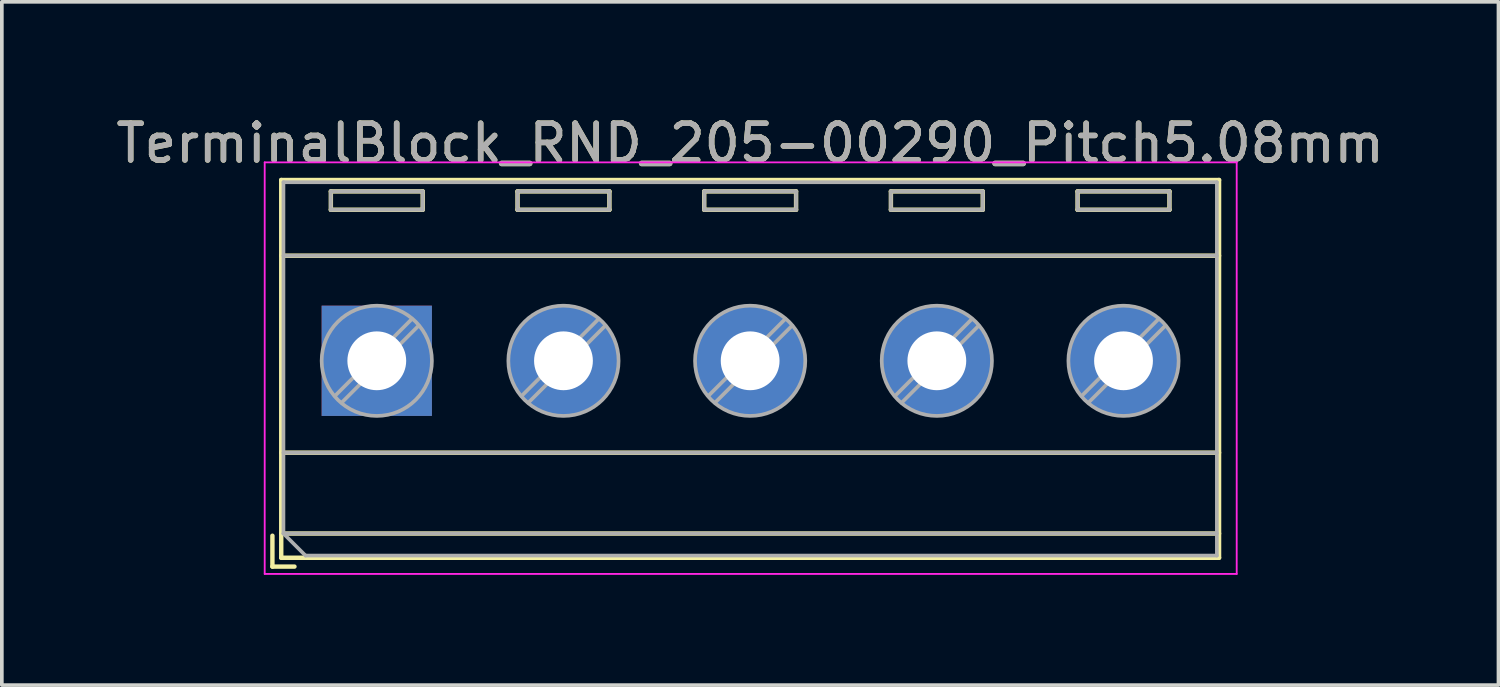
<source format=kicad_pcb>
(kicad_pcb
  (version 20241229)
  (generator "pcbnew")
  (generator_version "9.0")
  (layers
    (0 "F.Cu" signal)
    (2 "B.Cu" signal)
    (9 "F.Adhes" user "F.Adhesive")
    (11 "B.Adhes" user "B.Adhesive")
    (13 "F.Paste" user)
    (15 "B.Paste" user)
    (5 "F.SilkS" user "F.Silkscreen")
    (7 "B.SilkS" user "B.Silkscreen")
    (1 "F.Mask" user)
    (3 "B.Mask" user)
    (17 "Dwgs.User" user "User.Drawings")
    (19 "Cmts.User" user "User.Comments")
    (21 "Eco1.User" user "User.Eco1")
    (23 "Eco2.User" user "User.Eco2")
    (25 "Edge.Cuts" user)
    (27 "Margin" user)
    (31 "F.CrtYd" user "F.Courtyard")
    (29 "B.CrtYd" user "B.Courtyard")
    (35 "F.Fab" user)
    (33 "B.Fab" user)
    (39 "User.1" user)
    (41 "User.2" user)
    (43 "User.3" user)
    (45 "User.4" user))
  (footprint "TerminalBlock_RND_205-00290_Pitch5.08mm"
    (layer "F.Cu")
    (at 7.203 6.768)
    (property "Reference" "TerminalBlock_RND_205-00290_Pitch5.08mm" (at 10.16 -5.92 0) (layer "F.SilkS") (effects (font (size 1 1) (thickness 0.15))))
    (attr through_hole)
    (fp_line (start -2.84 4.76) (end -2.84 5.6) (stroke (width 0.12) (type solid)) (layer "F.SilkS"))
    (fp_line (start -2.84 5.6) (end -2.24 5.6) (stroke (width 0.12) (type solid)) (layer "F.SilkS"))
    (fp_line (start -2.6 -4.92) (end -2.6 5.36) (stroke (width 0.12) (type solid)) (layer "F.SilkS"))
    (fp_line (start -2.6 -2.86) (end 22.92 -2.86) (stroke (width 0.12) (type solid)) (layer "F.SilkS"))
    (fp_line (start -2.6 2.5) (end 22.92 2.5) (stroke (width 0.12) (type solid)) (layer "F.SilkS"))
    (fp_line (start -2.6 4.7) (end 22.92 4.7) (stroke (width 0.12) (type solid)) (layer "F.SilkS"))
    (fp_line (start -2.6 5.36) (end 22.92 5.36) (stroke (width 0.12) (type solid)) (layer "F.SilkS"))
    (fp_line (start -1.25 -4.61) (end -1.25 -4.11) (stroke (width 0.12) (type solid)) (layer "F.SilkS"))
    (fp_line (start -1.25 -4.61) (end 1.25 -4.61) (stroke (width 0.12) (type solid)) (layer "F.SilkS"))
    (fp_line (start -1.25 -4.11) (end 1.25 -4.11) (stroke (width 0.12) (type solid)) (layer "F.SilkS"))
    (fp_line (start 1.25 -4.61) (end 1.25 -4.11) (stroke (width 0.12) (type solid)) (layer "F.SilkS"))
    (fp_line (start 3.83 -4.61) (end 3.83 -4.11) (stroke (width 0.12) (type solid)) (layer "F.SilkS"))
    (fp_line (start 3.83 -4.61) (end 6.33 -4.61) (stroke (width 0.12) (type solid)) (layer "F.SilkS"))
    (fp_line (start 3.83 -4.11) (end 6.33 -4.11) (stroke (width 0.12) (type solid)) (layer "F.SilkS"))
    (fp_line (start 6.33 -4.61) (end 6.33 -4.11) (stroke (width 0.12) (type solid)) (layer "F.SilkS"))
    (fp_line (start 8.91 -4.61) (end 8.91 -4.11) (stroke (width 0.12) (type solid)) (layer "F.SilkS"))
    (fp_line (start 8.91 -4.61) (end 11.41 -4.61) (stroke (width 0.12) (type solid)) (layer "F.SilkS"))
    (fp_line (start 8.91 -4.11) (end 11.41 -4.11) (stroke (width 0.12) (type solid)) (layer "F.SilkS"))
    (fp_line (start 11.41 -4.61) (end 11.41 -4.11) (stroke (width 0.12) (type solid)) (layer "F.SilkS"))
    (fp_line (start 13.99 -4.61) (end 13.99 -4.11) (stroke (width 0.12) (type solid)) (layer "F.SilkS"))
    (fp_line (start 13.99 -4.61) (end 16.49 -4.61) (stroke (width 0.12) (type solid)) (layer "F.SilkS"))
    (fp_line (start 13.99 -4.11) (end 16.49 -4.11) (stroke (width 0.12) (type solid)) (layer "F.SilkS"))
    (fp_line (start 16.49 -4.61) (end 16.49 -4.11) (stroke (width 0.12) (type solid)) (layer "F.SilkS"))
    (fp_line (start 19.07 -4.61) (end 19.07 -4.11) (stroke (width 0.12) (type solid)) (layer "F.SilkS"))
    (fp_line (start 19.07 -4.61) (end 21.57 -4.61) (stroke (width 0.12) (type solid)) (layer "F.SilkS"))
    (fp_line (start 19.07 -4.11) (end 21.57 -4.11) (stroke (width 0.12) (type solid)) (layer "F.SilkS"))
    (fp_line (start 21.57 -4.61) (end 21.57 -4.11) (stroke (width 0.12) (type solid)) (layer "F.SilkS"))
    (fp_line (start 22.92 -4.92) (end -2.6 -4.92) (stroke (width 0.12) (type solid)) (layer "F.SilkS"))
    (fp_line (start 22.92 5.36) (end 22.92 -4.92) (stroke (width 0.12) (type solid)) (layer "F.SilkS"))
    (fp_line (start -3.05 -5.4) (end -3.05 5.8) (stroke (width 0.05) (type solid)) (layer "F.CrtYd"))
    (fp_line (start -3.05 5.8) (end 23.4 5.8) (stroke (width 0.05) (type solid)) (layer "F.CrtYd"))
    (fp_line (start 23.4 -5.4) (end -3.05 -5.4) (stroke (width 0.05) (type solid)) (layer "F.CrtYd"))
    (fp_line (start 23.4 5.8) (end 23.4 -5.4) (stroke (width 0.05) (type solid)) (layer "F.CrtYd"))
    (fp_line (start -2.54 -4.86) (end 22.86 -4.86) (stroke (width 0.1) (type solid)) (layer "F.Fab"))
    (fp_line (start -2.54 -2.86) (end 22.86 -2.86) (stroke (width 0.1) (type solid)) (layer "F.Fab"))
    (fp_line (start -2.54 2.5) (end 22.86 2.5) (stroke (width 0.1) (type solid)) (layer "F.Fab"))
    (fp_line (start -2.54 4.7) (end -2.54 -4.86) (stroke (width 0.1) (type solid)) (layer "F.Fab"))
    (fp_line (start -2.54 4.7) (end 22.86 4.7) (stroke (width 0.1) (type solid)) (layer "F.Fab"))
    (fp_line (start -1.94 5.3) (end -2.54 4.7) (stroke (width 0.1) (type solid)) (layer "F.Fab"))
    (fp_line (start -1.25 -4.61) (end -1.25 -4.11) (stroke (width 0.1) (type solid)) (layer "F.Fab"))
    (fp_line (start -1.25 -4.11) (end 1.25 -4.11) (stroke (width 0.1) (type solid)) (layer "F.Fab"))
    (fp_line (start 0.955 -1.138) (end -1.138 0.955) (stroke (width 0.1) (type solid)) (layer "F.Fab"))
    (fp_line (start 1.138 -0.955) (end -0.955 1.138) (stroke (width 0.1) (type solid)) (layer "F.Fab"))
    (fp_line (start 1.25 -4.61) (end -1.25 -4.61) (stroke (width 0.1) (type solid)) (layer "F.Fab"))
    (fp_line (start 1.25 -4.11) (end 1.25 -4.61) (stroke (width 0.1) (type solid)) (layer "F.Fab"))
    (fp_line (start 3.83 -4.61) (end 3.83 -4.11) (stroke (width 0.1) (type solid)) (layer "F.Fab"))
    (fp_line (start 3.83 -4.11) (end 6.33 -4.11) (stroke (width 0.1) (type solid)) (layer "F.Fab"))
    (fp_line (start 6.035 -1.138) (end 3.943 0.955) (stroke (width 0.1) (type solid)) (layer "F.Fab"))
    (fp_line (start 6.218 -0.955) (end 4.126 1.138) (stroke (width 0.1) (type solid)) (layer "F.Fab"))
    (fp_line (start 6.33 -4.61) (end 3.83 -4.61) (stroke (width 0.1) (type solid)) (layer "F.Fab"))
    (fp_line (start 6.33 -4.11) (end 6.33 -4.61) (stroke (width 0.1) (type solid)) (layer "F.Fab"))
    (fp_line (start 8.91 -4.61) (end 8.91 -4.11) (stroke (width 0.1) (type solid)) (layer "F.Fab"))
    (fp_line (start 8.91 -4.11) (end 11.41 -4.11) (stroke (width 0.1) (type solid)) (layer "F.Fab"))
    (fp_line (start 11.115 -1.138) (end 9.023 0.955) (stroke (width 0.1) (type solid)) (layer "F.Fab"))
    (fp_line (start 11.298 -0.955) (end 9.206 1.138) (stroke (width 0.1) (type solid)) (layer "F.Fab"))
    (fp_line (start 11.41 -4.61) (end 8.91 -4.61) (stroke (width 0.1) (type solid)) (layer "F.Fab"))
    (fp_line (start 11.41 -4.11) (end 11.41 -4.61) (stroke (width 0.1) (type solid)) (layer "F.Fab"))
    (fp_line (start 13.99 -4.61) (end 13.99 -4.11) (stroke (width 0.1) (type solid)) (layer "F.Fab"))
    (fp_line (start 13.99 -4.11) (end 16.49 -4.11) (stroke (width 0.1) (type solid)) (layer "F.Fab"))
    (fp_line (start 16.195 -1.138) (end 14.103 0.955) (stroke (width 0.1) (type solid)) (layer "F.Fab"))
    (fp_line (start 16.378 -0.955) (end 14.286 1.138) (stroke (width 0.1) (type solid)) (layer "F.Fab"))
    (fp_line (start 16.49 -4.61) (end 13.99 -4.61) (stroke (width 0.1) (type solid)) (layer "F.Fab"))
    (fp_line (start 16.49 -4.11) (end 16.49 -4.61) (stroke (width 0.1) (type solid)) (layer "F.Fab"))
    (fp_line (start 19.07 -4.61) (end 19.07 -4.11) (stroke (width 0.1) (type solid)) (layer "F.Fab"))
    (fp_line (start 19.07 -4.11) (end 21.57 -4.11) (stroke (width 0.1) (type solid)) (layer "F.Fab"))
    (fp_line (start 21.275 -1.138) (end 19.183 0.955) (stroke (width 0.1) (type solid)) (layer "F.Fab"))
    (fp_line (start 21.458 -0.955) (end 19.366 1.138) (stroke (width 0.1) (type solid)) (layer "F.Fab"))
    (fp_line (start 21.57 -4.61) (end 19.07 -4.61) (stroke (width 0.1) (type solid)) (layer "F.Fab"))
    (fp_line (start 21.57 -4.11) (end 21.57 -4.61) (stroke (width 0.1) (type solid)) (layer "F.Fab"))
    (fp_line (start 22.86 -4.86) (end 22.86 5.3) (stroke (width 0.1) (type solid)) (layer "F.Fab"))
    (fp_line (start 22.86 5.3) (end -1.94 5.3) (stroke (width 0.1) (type solid)) (layer "F.Fab"))
    (fp_circle (center 0 0) (end 1.5 0) (stroke (width 0.1) (type solid)) (fill no) (layer "F.Fab"))
    (fp_circle (center 5.08 0) (end 6.58 0) (stroke (width 0.1) (type solid)) (fill no) (layer "F.Fab"))
    (fp_circle (center 10.16 0) (end 11.66 0) (stroke (width 0.1) (type solid)) (fill no) (layer "F.Fab"))
    (fp_circle (center 15.24 0) (end 16.74 0) (stroke (width 0.1) (type solid)) (fill no) (layer "F.Fab"))
    (fp_circle (center 20.32 0) (end 21.82 0) (stroke (width 0.1) (type solid)) (fill no) (layer "F.Fab"))
    (fp_text user "${REFERENCE}" (at 10.16 -5.92 0) (layer "F.Fab") (effects (font (size 1 1) (thickness 0.15))))
    (pad "1" thru_hole rect (at 0 0) (size 3 3) (drill 1.6) (layers "*.Cu" "*.Mask"))
    (pad "2" thru_hole oval (at 5.08 0) (size 3 3) (drill 1.6) (layers "*.Cu" "*.Mask"))
    (pad "3" thru_hole oval (at 10.16 0) (size 3 3) (drill 1.6) (layers "*.Cu" "*.Mask"))
    (pad "4" thru_hole oval (at 15.24 0) (size 3 3) (drill 1.6) (layers "*.Cu" "*.Mask"))
    (pad "5" thru_hole oval (at 20.32 0) (size 3 3) (drill 1.6) (layers "*.Cu" "*.Mask")))
  (gr_rect
    (start -3 -3)
    (end 37.726 15.593)
    (stroke (width 0.1) (type default))
    (fill no)
    (layer "Edge.Cuts")))
</source>
